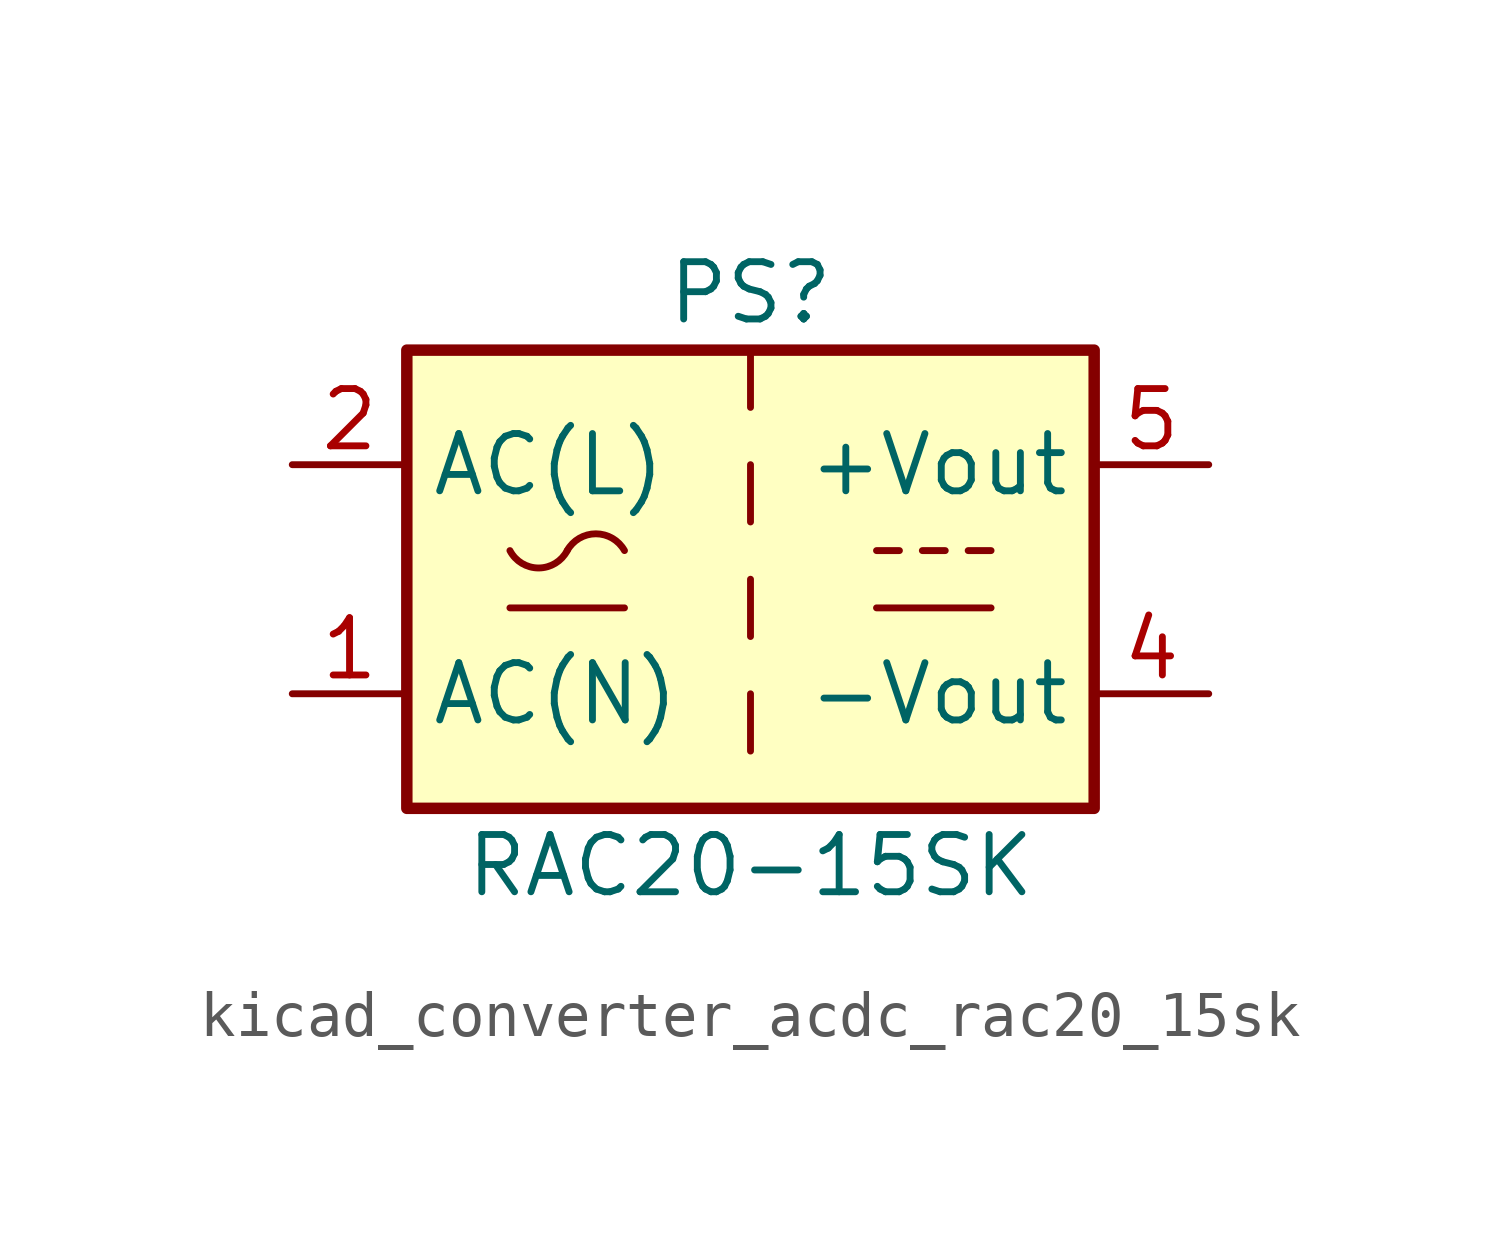
<source format=kicad_sym>
(kicad_symbol_lib
  (version 20220914)
  (generator kicad_symbol_editor)
  (symbol "kicad_converter_acdc_rac20_15sk"
    (property "Reference" "PS"
      (at 0 6.35 0)
      (effects (font (size 1.27 1.27))))
    (property "Value" "RAC20-15SK"
      (at 0 -6.35 0)
      (effects (font (size 1.27 1.27))))
    (symbol "kicad_converter_acdc_rac20_15sk_1_1"
      (rectangle (start -7.62 5.08) (end 7.62 -5.08) (stroke (width 0.254) (type default)) (fill (type background)))
      (arc (start -5.334 0.635) (mid -4.699 0.2495) (end -4.064 0.635) (stroke (width 0) (type default)) (fill (type none)))
      (arc (start -2.794 0.635) (mid -3.429 1.0072) (end -4.064 0.635) (stroke (width 0) (type default)) (fill (type none)))
      (polyline (pts (xy -5.334 -0.635) (xy -2.794 -0.635)) (stroke (width 0) (type default)) (fill (type none)))
      (polyline (pts (xy 0 -2.54) (xy 0 -3.81)) (stroke (width 0) (type default)) (fill (type none)))
      (polyline (pts (xy 0 0) (xy 0 -1.27)) (stroke (width 0) (type default)) (fill (type none)))
      (polyline (pts (xy 0 2.54) (xy 0 1.27)) (stroke (width 0) (type default)) (fill (type none)))
      (polyline (pts (xy 0 5.08) (xy 0 3.81)) (stroke (width 0) (type default)) (fill (type none)))
      (polyline (pts (xy 2.794 -0.635) (xy 5.334 -0.635)) (stroke (width 0) (type default)) (fill (type none)))
      (polyline (pts (xy 2.794 0.635) (xy 3.302 0.635)) (stroke (width 0) (type default)) (fill (type none)))
      (polyline (pts (xy 3.81 0.635) (xy 4.318 0.635)) (stroke (width 0) (type default)) (fill (type none)))
      (polyline (pts (xy 4.826 0.635) (xy 5.334 0.635)) (stroke (width 0) (type default)) (fill (type none)))
      (pin power_in line (at -10.16 -2.54 0) (length 2.54) (name "AC(N)" (effects (font (size 1.27 1.27)))) (number "1" (effects (font (size 1.27 1.27)))))
      (pin power_in line (at -10.16 2.54 0) (length 2.54) (name "AC(L)" (effects (font (size 1.27 1.27)))) (number "2" (effects (font (size 1.27 1.27)))))
      (pin power_out line (at 10.16 -2.54 180) (length 2.54) (name "-Vout" (effects (font (size 1.27 1.27)))) (number "4" (effects (font (size 1.27 1.27)))))
      (pin power_out line (at 10.16 2.54 180) (length 2.54) (name "+Vout" (effects (font (size 1.27 1.27)))) (number "5" (effects (font (size 1.27 1.27))))))))
</source>
